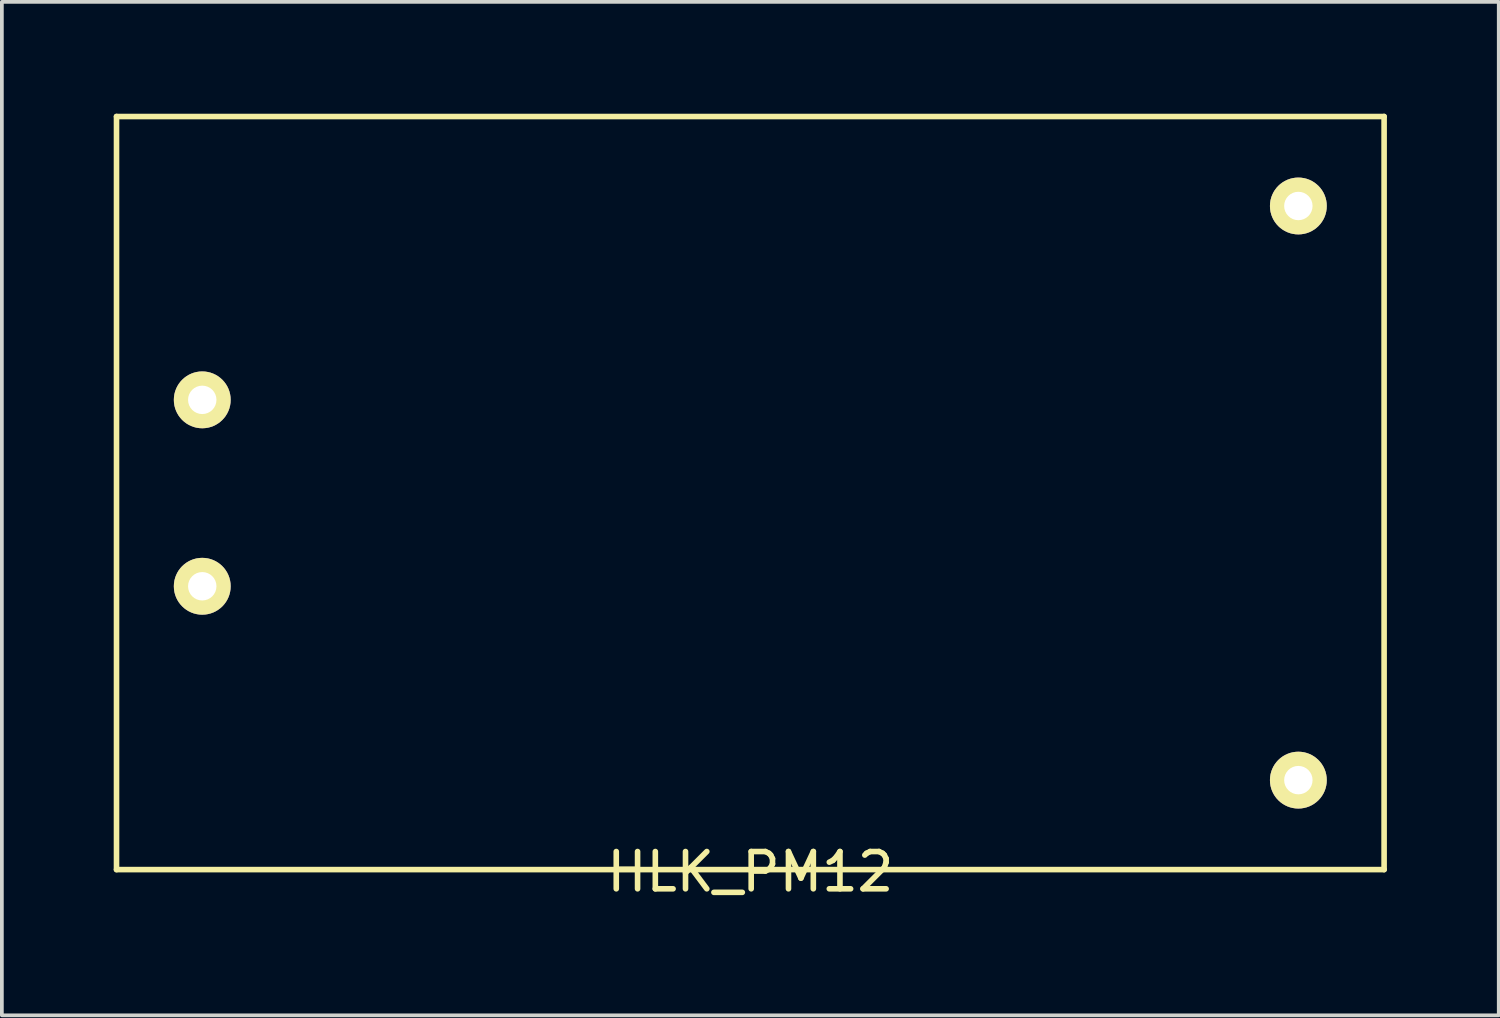
<source format=kicad_pcb>
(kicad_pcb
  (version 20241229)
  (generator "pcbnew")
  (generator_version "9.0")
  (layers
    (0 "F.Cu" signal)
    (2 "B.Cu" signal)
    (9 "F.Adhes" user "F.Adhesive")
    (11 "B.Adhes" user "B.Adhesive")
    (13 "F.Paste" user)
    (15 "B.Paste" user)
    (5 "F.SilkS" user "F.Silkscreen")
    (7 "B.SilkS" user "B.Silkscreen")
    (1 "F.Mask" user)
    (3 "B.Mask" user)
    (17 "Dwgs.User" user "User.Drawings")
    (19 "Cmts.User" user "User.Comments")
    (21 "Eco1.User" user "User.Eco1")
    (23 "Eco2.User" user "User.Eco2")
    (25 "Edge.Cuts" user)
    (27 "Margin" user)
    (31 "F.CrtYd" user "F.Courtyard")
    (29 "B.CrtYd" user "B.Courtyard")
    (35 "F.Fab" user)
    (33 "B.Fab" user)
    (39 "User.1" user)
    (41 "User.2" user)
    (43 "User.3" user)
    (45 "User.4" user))
  (footprint "HLK_PM12"
    (layer "F.Cu")
    (at 17.075 10.175)
    (property "Reference" "HLK_PM12" (at 0 10.16 0) (layer "F.SilkS") (effects (font (size 1 1) (thickness 0.15))))
    (attr through_hole)
    (fp_line (start -17 -10.1) (end 17 -10.1) (stroke (width 0.15) (type solid)) (layer "F.SilkS"))
    (fp_line (start -17 10.1) (end -17 -10.1) (stroke (width 0.15) (type solid)) (layer "F.SilkS"))
    (fp_line (start 17 -10.1) (end 17 10.1) (stroke (width 0.15) (type solid)) (layer "F.SilkS"))
    (fp_line (start 17 10.1) (end -17 10.1) (stroke (width 0.15) (type solid)) (layer "F.SilkS"))
    (pad "1" thru_hole circle (at -14.7 -2.5) (size 1.524 1.524) (drill 0.762) (layers "*.Cu" "*.Mask" "F.SilkS"))
    (pad "2" thru_hole circle (at -14.7 2.5) (size 1.524 1.524) (drill 0.762) (layers "*.Cu" "*.Mask" "F.SilkS"))
    (pad "3" thru_hole circle (at 14.7 -7.7) (size 1.524 1.524) (drill 0.762) (layers "*.Cu" "*.Mask" "F.SilkS"))
    (pad "4" thru_hole circle (at 14.7 7.7) (size 1.524 1.524) (drill 0.762) (layers "*.Cu" "*.Mask" "F.SilkS")))
  (gr_rect
    (start -3 -3)
    (end 37.15 24.183)
    (stroke (width 0.1) (type default))
    (fill no)
    (layer "Edge.Cuts")))
</source>
